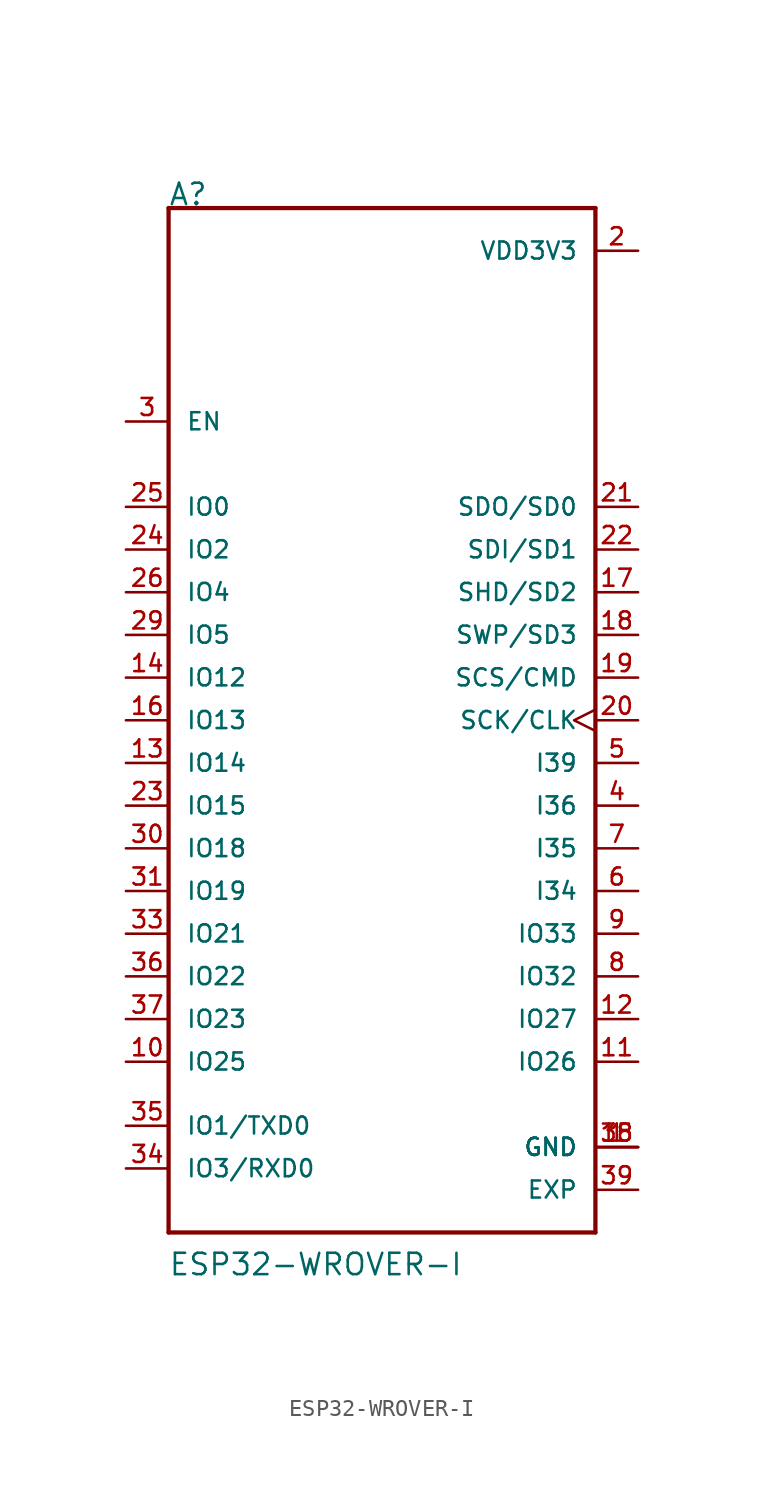
<source format=kicad_sym>
(kicad_symbol_lib
  (version 20201005)
  (generator kicad_symbol_editor)
  (symbol "ESP32-WROVER-I"
    (pin_names
      (offset 1.016))
    (property "Reference" "A"
      (at -12.725 30.556 0)
      (effects (font (size 1.27 1.27)) (justify left bottom)))
    (property "Value" "ESP32-WROVER-I"
      (at -12.725 -33.122 0)
      (effects (font (size 1.27 1.27)) (justify left bottom)))
    (property "ki_locked" ""
      (at 0 0 0)
      (effects (font (size 1.27 1.27))))
    (symbol "ESP32-WROVER-I_0_0"
      (polyline (pts (xy -12.7 -30.48) (xy -12.7 30.48)) (stroke (width 0.254)) (fill (type none)))
      (polyline (pts (xy -12.7 30.48) (xy 12.7 30.48)) (stroke (width 0.254)) (fill (type none)))
      (polyline (pts (xy 12.7 -30.48) (xy -12.7 -30.48)) (stroke (width 0.254)) (fill (type none)))
      (polyline (pts (xy 12.7 30.48) (xy 12.7 -30.48)) (stroke (width 0.254)) (fill (type none)))
      (pin power_in line (at 15.24 -25.4 180) (length 2.54) (name "GND" (effects (font (size 1.016 1.016)))) (number "1" (effects (font (size 1.016 1.016)))))
      (pin bidirectional line (at -15.24 -20.32 0) (length 2.54) (name "IO25" (effects (font (size 1.016 1.016)))) (number "10" (effects (font (size 1.016 1.016)))))
      (pin bidirectional line (at 15.24 -20.32 180) (length 2.54) (name "IO26" (effects (font (size 1.016 1.016)))) (number "11" (effects (font (size 1.016 1.016)))))
      (pin bidirectional line (at 15.24 -17.78 180) (length 2.54) (name "IO27" (effects (font (size 1.016 1.016)))) (number "12" (effects (font (size 1.016 1.016)))))
      (pin bidirectional line (at -15.24 -2.54 0) (length 2.54) (name "IO14" (effects (font (size 1.016 1.016)))) (number "13" (effects (font (size 1.016 1.016)))))
      (pin bidirectional line (at -15.24 2.54 0) (length 2.54) (name "IO12" (effects (font (size 1.016 1.016)))) (number "14" (effects (font (size 1.016 1.016)))))
      (pin power_in line (at 15.24 -25.4 180) (length 2.54) (name "GND" (effects (font (size 1.016 1.016)))) (number "15" (effects (font (size 1.016 1.016)))))
      (pin bidirectional line (at -15.24 0 0) (length 2.54) (name "IO13" (effects (font (size 1.016 1.016)))) (number "16" (effects (font (size 1.016 1.016)))))
      (pin bidirectional line (at 15.24 7.62 180) (length 2.54) (name "SHD/SD2" (effects (font (size 1.016 1.016)))) (number "17" (effects (font (size 1.016 1.016)))))
      (pin bidirectional line (at 15.24 5.08 180) (length 2.54) (name "SWP/SD3" (effects (font (size 1.016 1.016)))) (number "18" (effects (font (size 1.016 1.016)))))
      (pin bidirectional line (at 15.24 2.54 180) (length 2.54) (name "SCS/CMD" (effects (font (size 1.016 1.016)))) (number "19" (effects (font (size 1.016 1.016)))))
      (pin power_in line (at 15.24 27.94 180) (length 2.54) (name "VDD3V3" (effects (font (size 1.016 1.016)))) (number "2" (effects (font (size 1.016 1.016)))))
      (pin bidirectional clock (at 15.24 0 180) (length 2.54) (name "SCK/CLK" (effects (font (size 1.016 1.016)))) (number "20" (effects (font (size 1.016 1.016)))))
      (pin bidirectional line (at 15.24 12.7 180) (length 2.54) (name "SDO/SD0" (effects (font (size 1.016 1.016)))) (number "21" (effects (font (size 1.016 1.016)))))
      (pin bidirectional line (at 15.24 10.16 180) (length 2.54) (name "SDI/SD1" (effects (font (size 1.016 1.016)))) (number "22" (effects (font (size 1.016 1.016)))))
      (pin bidirectional line (at -15.24 -5.08 0) (length 2.54) (name "IO15" (effects (font (size 1.016 1.016)))) (number "23" (effects (font (size 1.016 1.016)))))
      (pin bidirectional line (at -15.24 10.16 0) (length 2.54) (name "IO2" (effects (font (size 1.016 1.016)))) (number "24" (effects (font (size 1.016 1.016)))))
      (pin bidirectional line (at -15.24 12.7 0) (length 2.54) (name "IO0" (effects (font (size 1.016 1.016)))) (number "25" (effects (font (size 1.016 1.016)))))
      (pin bidirectional line (at -15.24 7.62 0) (length 2.54) (name "IO4" (effects (font (size 1.016 1.016)))) (number "26" (effects (font (size 1.016 1.016)))))
      (pin bidirectional line (at -15.24 5.08 0) (length 2.54) (name "IO5" (effects (font (size 1.016 1.016)))) (number "29" (effects (font (size 1.016 1.016)))))
      (pin input line (at -15.24 17.78 0) (length 2.54) (name "EN" (effects (font (size 1.016 1.016)))) (number "3" (effects (font (size 1.016 1.016)))))
      (pin bidirectional line (at -15.24 -7.62 0) (length 2.54) (name "IO18" (effects (font (size 1.016 1.016)))) (number "30" (effects (font (size 1.016 1.016)))))
      (pin bidirectional line (at -15.24 -10.16 0) (length 2.54) (name "IO19" (effects (font (size 1.016 1.016)))) (number "31" (effects (font (size 1.016 1.016)))))
      (pin bidirectional line (at -15.24 -12.7 0) (length 2.54) (name "IO21" (effects (font (size 1.016 1.016)))) (number "33" (effects (font (size 1.016 1.016)))))
      (pin bidirectional line (at -15.24 -26.67 0) (length 2.54) (name "IO3/RXD0" (effects (font (size 1.016 1.016)))) (number "34" (effects (font (size 1.016 1.016)))))
      (pin bidirectional line (at -15.24 -24.13 0) (length 2.54) (name "IO1/TXD0" (effects (font (size 1.016 1.016)))) (number "35" (effects (font (size 1.016 1.016)))))
      (pin bidirectional line (at -15.24 -15.24 0) (length 2.54) (name "IO22" (effects (font (size 1.016 1.016)))) (number "36" (effects (font (size 1.016 1.016)))))
      (pin bidirectional line (at -15.24 -17.78 0) (length 2.54) (name "IO23" (effects (font (size 1.016 1.016)))) (number "37" (effects (font (size 1.016 1.016)))))
      (pin power_in line (at 15.24 -25.4 180) (length 2.54) (name "GND" (effects (font (size 1.016 1.016)))) (number "38" (effects (font (size 1.016 1.016)))))
      (pin power_in line (at 15.24 -27.94 180) (length 2.54) (name "EXP" (effects (font (size 1.016 1.016)))) (number "39" (effects (font (size 1.016 1.016)))))
      (pin input line (at 15.24 -5.08 180) (length 2.54) (name "I36" (effects (font (size 1.016 1.016)))) (number "4" (effects (font (size 1.016 1.016)))))
      (pin input line (at 15.24 -2.54 180) (length 2.54) (name "I39" (effects (font (size 1.016 1.016)))) (number "5" (effects (font (size 1.016 1.016)))))
      (pin input line (at 15.24 -10.16 180) (length 2.54) (name "I34" (effects (font (size 1.016 1.016)))) (number "6" (effects (font (size 1.016 1.016)))))
      (pin input line (at 15.24 -7.62 180) (length 2.54) (name "I35" (effects (font (size 1.016 1.016)))) (number "7" (effects (font (size 1.016 1.016)))))
      (pin bidirectional line (at 15.24 -15.24 180) (length 2.54) (name "IO32" (effects (font (size 1.016 1.016)))) (number "8" (effects (font (size 1.016 1.016)))))
      (pin bidirectional line (at 15.24 -12.7 180) (length 2.54) (name "IO33" (effects (font (size 1.016 1.016)))) (number "9" (effects (font (size 1.016 1.016))))))))
</source>
